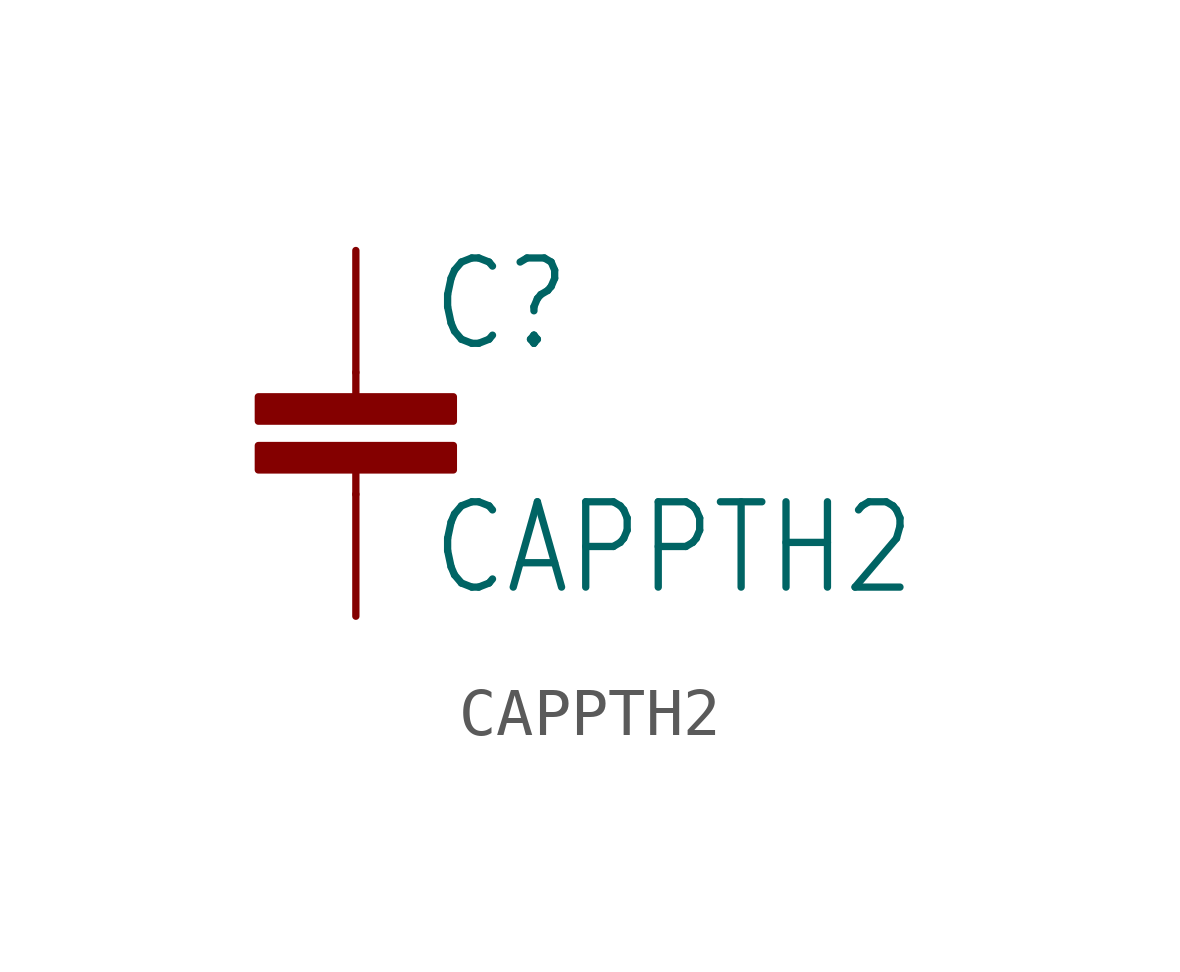
<source format=kicad_sym>
(kicad_symbol_lib
  (version 20220914)
  (generator kicad_symbol_editor)
  (symbol "CAPPTH2"
    (property "Reference" "C"
      (at 1.524 2.921 0)
      (effects (font (size 1.778 1.511)) (justify left bottom)))
    (property "Value" "CAPPTH2"
      (at 1.524 -2.159 0)
      (effects (font (size 1.778 1.511)) (justify left bottom)))
    (property "ki_locked" ""
      (at 0 0 0)
      (effects (font (size 1.27 1.27))))
    (symbol "CAPPTH2_1_0"
      (rectangle (start -2.032 0.508) (end 2.032 1.016) (stroke (width 0) (type default)) (fill (type outline)))
      (rectangle (start -2.032 1.524) (end 2.032 2.032) (stroke (width 0) (type default)) (fill (type outline)))
      (polyline (pts (xy 0 0) (xy 0 0.508)) (stroke (width 0.152) (type default)) (fill (type none)))
      (polyline (pts (xy 0 2.54) (xy 0 2.032)) (stroke (width 0.152) (type default)) (fill (type none)))
      (pin passive line (at 0 5.08 270) (length 2.54) (name "1" (effects (font (size 0 0)))) (number "1" (effects (font (size 0 0)))))
      (pin passive line (at 0 -2.54 90) (length 2.54) (name "2" (effects (font (size 0 0)))) (number "2" (effects (font (size 0 0))))))))
</source>
